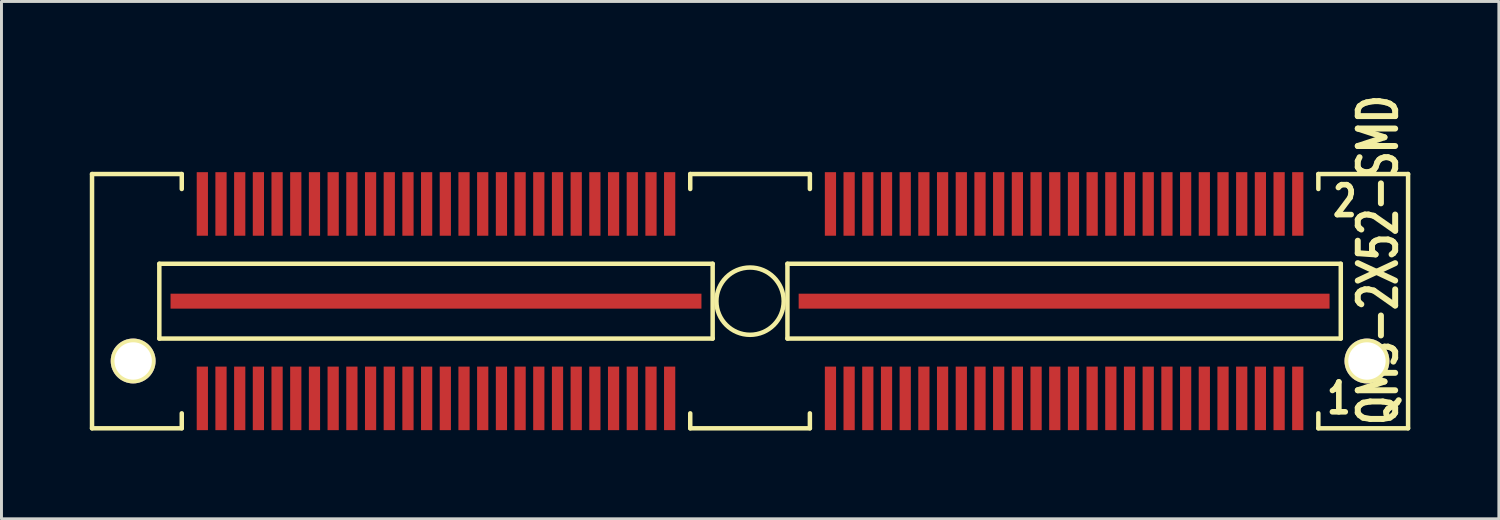
<source format=kicad_pcb>
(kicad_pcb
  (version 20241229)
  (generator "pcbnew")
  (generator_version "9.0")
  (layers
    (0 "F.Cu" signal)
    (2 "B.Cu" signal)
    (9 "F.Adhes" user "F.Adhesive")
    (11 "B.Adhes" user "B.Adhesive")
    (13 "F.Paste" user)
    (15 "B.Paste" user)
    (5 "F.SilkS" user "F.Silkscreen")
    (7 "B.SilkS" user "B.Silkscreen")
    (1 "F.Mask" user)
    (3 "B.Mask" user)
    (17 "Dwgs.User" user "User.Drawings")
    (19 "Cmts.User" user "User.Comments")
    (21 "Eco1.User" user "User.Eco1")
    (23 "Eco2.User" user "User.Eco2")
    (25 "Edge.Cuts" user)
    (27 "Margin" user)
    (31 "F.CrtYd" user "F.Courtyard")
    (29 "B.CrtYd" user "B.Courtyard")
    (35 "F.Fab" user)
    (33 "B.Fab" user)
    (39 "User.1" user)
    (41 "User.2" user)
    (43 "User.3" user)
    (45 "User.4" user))
  (footprint "QMS-2X52-SMD"
    (layer "F.Cu")
    (at 22.428 7.18)
    (property "Reference" "QMS-2X52-SMD" (at 21.336 -1.397 90) (layer "F.SilkS") (effects (font (size 1.27 0.889) (thickness 0.203))))
    (attr smd)
    (fp_line (start -22.352 -4.318) (end -19.304 -4.318) (stroke (width 0.152) (type solid)) (layer "F.SilkS"))
    (fp_line (start -22.352 4.318) (end -22.352 -4.318) (stroke (width 0.152) (type solid)) (layer "F.SilkS"))
    (fp_line (start -20.066 -1.27) (end -20.066 1.27) (stroke (width 0.152) (type solid)) (layer "F.SilkS"))
    (fp_line (start -20.066 -1.27) (end -1.27 -1.27) (stroke (width 0.152) (type solid)) (layer "F.SilkS"))
    (fp_line (start -19.304 -4.318) (end -19.304 -3.81) (stroke (width 0.152) (type solid)) (layer "F.SilkS"))
    (fp_line (start -19.304 3.81) (end -19.304 4.318) (stroke (width 0.152) (type solid)) (layer "F.SilkS"))
    (fp_line (start -19.304 4.318) (end -22.352 4.318) (stroke (width 0.152) (type solid)) (layer "F.SilkS"))
    (fp_line (start -2.032 -4.318) (end 2.032 -4.318) (stroke (width 0.152) (type solid)) (layer "F.SilkS"))
    (fp_line (start -2.032 -3.81) (end -2.032 -4.318) (stroke (width 0.152) (type solid)) (layer "F.SilkS"))
    (fp_line (start -2.032 4.318) (end -2.032 3.81) (stroke (width 0.152) (type solid)) (layer "F.SilkS"))
    (fp_line (start -1.27 1.27) (end -20.066 1.27) (stroke (width 0.152) (type solid)) (layer "F.SilkS"))
    (fp_line (start -1.27 1.27) (end -1.27 -1.27) (stroke (width 0.152) (type solid)) (layer "F.SilkS"))
    (fp_line (start 1.27 -1.27) (end 20.066 -1.27) (stroke (width 0.152) (type solid)) (layer "F.SilkS"))
    (fp_line (start 1.27 1.27) (end 1.27 -1.27) (stroke (width 0.152) (type solid)) (layer "F.SilkS"))
    (fp_line (start 2.032 -4.318) (end 2.032 -3.81) (stroke (width 0.152) (type solid)) (layer "F.SilkS"))
    (fp_line (start 2.032 3.81) (end 2.032 4.318) (stroke (width 0.152) (type solid)) (layer "F.SilkS"))
    (fp_line (start 2.032 4.318) (end -2.032 4.318) (stroke (width 0.152) (type solid)) (layer "F.SilkS"))
    (fp_line (start 19.304 -4.318) (end 22.352 -4.318) (stroke (width 0.152) (type solid)) (layer "F.SilkS"))
    (fp_line (start 19.304 -3.81) (end 19.304 -4.318) (stroke (width 0.152) (type solid)) (layer "F.SilkS"))
    (fp_line (start 19.304 4.318) (end 19.304 3.81) (stroke (width 0.152) (type solid)) (layer "F.SilkS"))
    (fp_line (start 20.066 -1.27) (end 20.066 1.27) (stroke (width 0.152) (type solid)) (layer "F.SilkS"))
    (fp_line (start 20.066 1.27) (end 1.27 1.27) (stroke (width 0.152) (type solid)) (layer "F.SilkS"))
    (fp_line (start 22.352 -4.318) (end 22.352 4.318) (stroke (width 0.152) (type solid)) (layer "F.SilkS"))
    (fp_line (start 22.352 4.318) (end 19.304 4.318) (stroke (width 0.152) (type solid)) (layer "F.SilkS"))
    (fp_circle (center 0 0) (end 0 -1.143) (stroke (width 0.152) (type solid)) (fill no) (layer "F.SilkS"))
    (fp_text user "2" (at 20.201 -3.401 0) (layer "F.SilkS") (effects (font (size 1.016 0.762) (thickness 0.191))))
    (fp_text user "1" (at 20 3.299 0) (layer "F.SilkS") (effects (font (size 1.016 0.762) (thickness 0.191))))
    (pad "" thru_hole circle (at -20.955 2.032) (size 1.524 1.524) (drill 1.27) (layers "*.Cu" "*.Mask" "F.SilkS"))
    (pad "" thru_hole circle (at 20.955 2.032) (size 1.524 1.524) (drill 1.27) (layers "*.Cu" "*.Mask" "F.SilkS"))
    (pad "1" smd rect (at 18.605 3.302) (size 0.381 2.159) (layers "F.Cu" "F.Mask" "F.Paste"))
    (pad "2" smd rect (at 18.605 -3.302) (size 0.381 2.159) (layers "F.Cu" "F.Mask" "F.Paste"))
    (pad "3" smd rect (at 17.971 3.302) (size 0.381 2.159) (layers "F.Cu" "F.Mask" "F.Paste"))
    (pad "4" smd rect (at 17.971 -3.302) (size 0.381 2.159) (layers "F.Cu" "F.Mask" "F.Paste"))
    (pad "5" smd rect (at 17.335 3.302) (size 0.381 2.159) (layers "F.Cu" "F.Mask" "F.Paste"))
    (pad "6" smd rect (at 17.335 -3.302) (size 0.381 2.159) (layers "F.Cu" "F.Mask" "F.Paste"))
    (pad "7" smd rect (at 16.701 3.302) (size 0.381 2.159) (layers "F.Cu" "F.Mask" "F.Paste"))
    (pad "8" smd rect (at 16.701 -3.302) (size 0.381 2.159) (layers "F.Cu" "F.Mask" "F.Paste"))
    (pad "9" smd rect (at 16.066 3.302) (size 0.381 2.159) (layers "F.Cu" "F.Mask" "F.Paste"))
    (pad "10" smd rect (at 16.066 -3.302) (size 0.381 2.159) (layers "F.Cu" "F.Mask" "F.Paste"))
    (pad "11" smd rect (at 15.431 3.302) (size 0.381 2.159) (layers "F.Cu" "F.Mask" "F.Paste"))
    (pad "12" smd rect (at 15.431 -3.302) (size 0.381 2.159) (layers "F.Cu" "F.Mask" "F.Paste"))
    (pad "13" smd rect (at 14.796 3.302) (size 0.381 2.159) (layers "F.Cu" "F.Mask" "F.Paste"))
    (pad "14" smd rect (at 14.796 -3.302) (size 0.381 2.159) (layers "F.Cu" "F.Mask" "F.Paste"))
    (pad "15" smd rect (at 14.161 3.302) (size 0.381 2.159) (layers "F.Cu" "F.Mask" "F.Paste"))
    (pad "16" smd rect (at 14.161 -3.302) (size 0.381 2.159) (layers "F.Cu" "F.Mask" "F.Paste"))
    (pad "17" smd rect (at 13.525 3.302) (size 0.381 2.159) (layers "F.Cu" "F.Mask" "F.Paste"))
    (pad "18" smd rect (at 13.525 -3.302) (size 0.381 2.159) (layers "F.Cu" "F.Mask" "F.Paste"))
    (pad "19" smd rect (at 12.89 3.302) (size 0.381 2.159) (layers "F.Cu" "F.Mask" "F.Paste"))
    (pad "20" smd rect (at 12.89 -3.302) (size 0.381 2.159) (layers "F.Cu" "F.Mask" "F.Paste"))
    (pad "21" smd rect (at 12.255 3.302) (size 0.381 2.159) (layers "F.Cu" "F.Mask" "F.Paste"))
    (pad "22" smd rect (at 12.255 -3.302) (size 0.381 2.159) (layers "F.Cu" "F.Mask" "F.Paste"))
    (pad "23" smd rect (at 11.62 3.302) (size 0.381 2.159) (layers "F.Cu" "F.Mask" "F.Paste"))
    (pad "24" smd rect (at 11.62 -3.302) (size 0.381 2.159) (layers "F.Cu" "F.Mask" "F.Paste"))
    (pad "25" smd rect (at 10.986 3.302) (size 0.381 2.159) (layers "F.Cu" "F.Mask" "F.Paste"))
    (pad "26" smd rect (at 10.986 -3.302) (size 0.381 2.159) (layers "F.Cu" "F.Mask" "F.Paste"))
    (pad "27" smd rect (at 10.351 3.302) (size 0.381 2.159) (layers "F.Cu" "F.Mask" "F.Paste"))
    (pad "28" smd rect (at 10.351 -3.302) (size 0.381 2.159) (layers "F.Cu" "F.Mask" "F.Paste"))
    (pad "29" smd rect (at 9.716 3.302) (size 0.381 2.159) (layers "F.Cu" "F.Mask" "F.Paste"))
    (pad "30" smd rect (at 9.716 -3.302) (size 0.381 2.159) (layers "F.Cu" "F.Mask" "F.Paste"))
    (pad "31" smd rect (at 9.081 3.302) (size 0.381 2.159) (layers "F.Cu" "F.Mask" "F.Paste"))
    (pad "32" smd rect (at 9.081 -3.302) (size 0.381 2.159) (layers "F.Cu" "F.Mask" "F.Paste"))
    (pad "33" smd rect (at 8.445 3.302) (size 0.381 2.159) (layers "F.Cu" "F.Mask" "F.Paste"))
    (pad "34" smd rect (at 8.445 -3.302) (size 0.381 2.159) (layers "F.Cu" "F.Mask" "F.Paste"))
    (pad "35" smd rect (at 7.811 3.302) (size 0.381 2.159) (layers "F.Cu" "F.Mask" "F.Paste"))
    (pad "36" smd rect (at 7.811 -3.302) (size 0.381 2.159) (layers "F.Cu" "F.Mask" "F.Paste"))
    (pad "37" smd rect (at 7.176 3.302) (size 0.381 2.159) (layers "F.Cu" "F.Mask" "F.Paste"))
    (pad "38" smd rect (at 7.176 -3.302) (size 0.381 2.159) (layers "F.Cu" "F.Mask" "F.Paste"))
    (pad "39" smd rect (at 6.54 3.302) (size 0.381 2.159) (layers "F.Cu" "F.Mask" "F.Paste"))
    (pad "40" smd rect (at 6.54 -3.302) (size 0.381 2.159) (layers "F.Cu" "F.Mask" "F.Paste"))
    (pad "41" smd rect (at 5.905 3.302) (size 0.381 2.159) (layers "F.Cu" "F.Mask" "F.Paste"))
    (pad "42" smd rect (at 5.905 -3.302) (size 0.381 2.159) (layers "F.Cu" "F.Mask" "F.Paste"))
    (pad "43" smd rect (at 5.271 3.302) (size 0.381 2.159) (layers "F.Cu" "F.Mask" "F.Paste"))
    (pad "44" smd rect (at 5.271 -3.302) (size 0.381 2.159) (layers "F.Cu" "F.Mask" "F.Paste"))
    (pad "45" smd rect (at 4.636 3.302) (size 0.381 2.159) (layers "F.Cu" "F.Mask" "F.Paste"))
    (pad "46" smd rect (at 4.636 -3.302) (size 0.381 2.159) (layers "F.Cu" "F.Mask" "F.Paste"))
    (pad "47" smd rect (at 4 3.302) (size 0.381 2.159) (layers "F.Cu" "F.Mask" "F.Paste"))
    (pad "48" smd rect (at 4 -3.302) (size 0.381 2.159) (layers "F.Cu" "F.Mask" "F.Paste"))
    (pad "49" smd rect (at 3.365 3.302) (size 0.381 2.159) (layers "F.Cu" "F.Mask" "F.Paste"))
    (pad "50" smd rect (at 3.365 -3.302) (size 0.381 2.159) (layers "F.Cu" "F.Mask" "F.Paste"))
    (pad "51" smd rect (at 2.731 3.302) (size 0.381 2.159) (layers "F.Cu" "F.Mask" "F.Paste"))
    (pad "52" smd rect (at 2.731 -3.302) (size 0.381 2.159) (layers "F.Cu" "F.Mask" "F.Paste"))
    (pad "53" smd rect (at -2.731 3.302) (size 0.381 2.159) (layers "F.Cu" "F.Mask" "F.Paste"))
    (pad "54" smd rect (at -2.731 -3.302) (size 0.381 2.159) (layers "F.Cu" "F.Mask" "F.Paste"))
    (pad "55" smd rect (at -3.365 3.302) (size 0.381 2.159) (layers "F.Cu" "F.Mask" "F.Paste"))
    (pad "56" smd rect (at -3.365 -3.302) (size 0.381 2.159) (layers "F.Cu" "F.Mask" "F.Paste"))
    (pad "57" smd rect (at -4 3.302) (size 0.381 2.159) (layers "F.Cu" "F.Mask" "F.Paste"))
    (pad "58" smd rect (at -4 -3.302) (size 0.381 2.159) (layers "F.Cu" "F.Mask" "F.Paste"))
    (pad "59" smd rect (at -4.636 3.302) (size 0.381 2.159) (layers "F.Cu" "F.Mask" "F.Paste"))
    (pad "60" smd rect (at -4.636 -3.302) (size 0.381 2.159) (layers "F.Cu" "F.Mask" "F.Paste"))
    (pad "61" smd rect (at -5.271 3.302) (size 0.381 2.159) (layers "F.Cu" "F.Mask" "F.Paste"))
    (pad "62" smd rect (at -5.271 -3.302) (size 0.381 2.159) (layers "F.Cu" "F.Mask" "F.Paste"))
    (pad "63" smd rect (at -5.905 3.302) (size 0.381 2.159) (layers "F.Cu" "F.Mask" "F.Paste"))
    (pad "64" smd rect (at -5.905 -3.302) (size 0.381 2.159) (layers "F.Cu" "F.Mask" "F.Paste"))
    (pad "65" smd rect (at -6.54 3.302) (size 0.381 2.159) (layers "F.Cu" "F.Mask" "F.Paste"))
    (pad "66" smd rect (at -6.54 -3.302) (size 0.381 2.159) (layers "F.Cu" "F.Mask" "F.Paste"))
    (pad "67" smd rect (at -7.176 3.302) (size 0.381 2.159) (layers "F.Cu" "F.Mask" "F.Paste"))
    (pad "68" smd rect (at -7.176 -3.302) (size 0.381 2.159) (layers "F.Cu" "F.Mask" "F.Paste"))
    (pad "69" smd rect (at -7.811 3.302) (size 0.381 2.159) (layers "F.Cu" "F.Mask" "F.Paste"))
    (pad "70" smd rect (at -7.811 -3.302) (size 0.381 2.159) (layers "F.Cu" "F.Mask" "F.Paste"))
    (pad "71" smd rect (at -8.445 3.302) (size 0.381 2.159) (layers "F.Cu" "F.Mask" "F.Paste"))
    (pad "72" smd rect (at -8.445 -3.302) (size 0.381 2.159) (layers "F.Cu" "F.Mask" "F.Paste"))
    (pad "73" smd rect (at -9.081 3.302) (size 0.381 2.159) (layers "F.Cu" "F.Mask" "F.Paste"))
    (pad "74" smd rect (at -9.081 -3.302) (size 0.381 2.159) (layers "F.Cu" "F.Mask" "F.Paste"))
    (pad "75" smd rect (at -9.716 3.302) (size 0.381 2.159) (layers "F.Cu" "F.Mask" "F.Paste"))
    (pad "76" smd rect (at -9.716 -3.302) (size 0.381 2.159) (layers "F.Cu" "F.Mask" "F.Paste"))
    (pad "77" smd rect (at -10.351 3.302) (size 0.381 2.159) (layers "F.Cu" "F.Mask" "F.Paste"))
    (pad "78" smd rect (at -10.351 -3.302) (size 0.381 2.159) (layers "F.Cu" "F.Mask" "F.Paste"))
    (pad "79" smd rect (at -10.986 3.302) (size 0.381 2.159) (layers "F.Cu" "F.Mask" "F.Paste"))
    (pad "80" smd rect (at -10.986 -3.302) (size 0.381 2.159) (layers "F.Cu" "F.Mask" "F.Paste"))
    (pad "81" smd rect (at -11.62 3.302) (size 0.381 2.159) (layers "F.Cu" "F.Mask" "F.Paste"))
    (pad "82" smd rect (at -11.62 -3.302) (size 0.381 2.159) (layers "F.Cu" "F.Mask" "F.Paste"))
    (pad "83" smd rect (at -12.255 3.302) (size 0.381 2.159) (layers "F.Cu" "F.Mask" "F.Paste"))
    (pad "84" smd rect (at -12.255 -3.302) (size 0.381 2.159) (layers "F.Cu" "F.Mask" "F.Paste"))
    (pad "85" smd rect (at -12.89 3.302) (size 0.381 2.159) (layers "F.Cu" "F.Mask" "F.Paste"))
    (pad "86" smd rect (at -12.89 -3.302) (size 0.381 2.159) (layers "F.Cu" "F.Mask" "F.Paste"))
    (pad "87" smd rect (at -13.525 3.302) (size 0.381 2.159) (layers "F.Cu" "F.Mask" "F.Paste"))
    (pad "88" smd rect (at -13.525 -3.302) (size 0.381 2.159) (layers "F.Cu" "F.Mask" "F.Paste"))
    (pad "89" smd rect (at -14.161 3.302) (size 0.381 2.159) (layers "F.Cu" "F.Mask" "F.Paste"))
    (pad "90" smd rect (at -14.161 -3.302) (size 0.381 2.159) (layers "F.Cu" "F.Mask" "F.Paste"))
    (pad "91" smd rect (at -14.796 3.302) (size 0.381 2.159) (layers "F.Cu" "F.Mask" "F.Paste"))
    (pad "92" smd rect (at -14.796 -3.302) (size 0.381 2.159) (layers "F.Cu" "F.Mask" "F.Paste"))
    (pad "93" smd rect (at -15.431 3.302) (size 0.381 2.159) (layers "F.Cu" "F.Mask" "F.Paste"))
    (pad "94" smd rect (at -15.431 -3.302) (size 0.381 2.159) (layers "F.Cu" "F.Mask" "F.Paste"))
    (pad "95" smd rect (at -16.066 3.302) (size 0.381 2.159) (layers "F.Cu" "F.Mask" "F.Paste"))
    (pad "96" smd rect (at -16.066 -3.302) (size 0.381 2.159) (layers "F.Cu" "F.Mask" "F.Paste"))
    (pad "97" smd rect (at -16.701 3.302) (size 0.381 2.159) (layers "F.Cu" "F.Mask" "F.Paste"))
    (pad "98" smd rect (at -16.701 -3.302) (size 0.381 2.159) (layers "F.Cu" "F.Mask" "F.Paste"))
    (pad "99" smd rect (at -17.335 3.302) (size 0.381 2.159) (layers "F.Cu" "F.Mask" "F.Paste"))
    (pad "100" smd rect (at -17.335 -3.302) (size 0.381 2.159) (layers "F.Cu" "F.Mask" "F.Paste"))
    (pad "101" smd rect (at -17.971 3.302) (size 0.381 2.159) (layers "F.Cu" "F.Mask" "F.Paste"))
    (pad "102" smd rect (at -17.971 -3.302) (size 0.381 2.159) (layers "F.Cu" "F.Mask" "F.Paste"))
    (pad "103" smd rect (at -18.605 3.302) (size 0.381 2.159) (layers "F.Cu" "F.Mask" "F.Paste"))
    (pad "104" smd rect (at -18.605 -3.302) (size 0.381 2.159) (layers "F.Cu" "F.Mask" "F.Paste"))
    (pad "105" smd rect (at 10.668 0) (size 18.034 0.508) (layers "F.Cu" "F.Mask" "F.Paste"))
    (pad "106" smd rect (at -10.668 0) (size 18.034 0.508) (layers "F.Cu" "F.Mask" "F.Paste")))
  (gr_rect
    (start -3 -3)
    (end 47.864 14.574)
    (stroke (width 0.1) (type default))
    (fill no)
    (layer "Edge.Cuts")))
</source>
